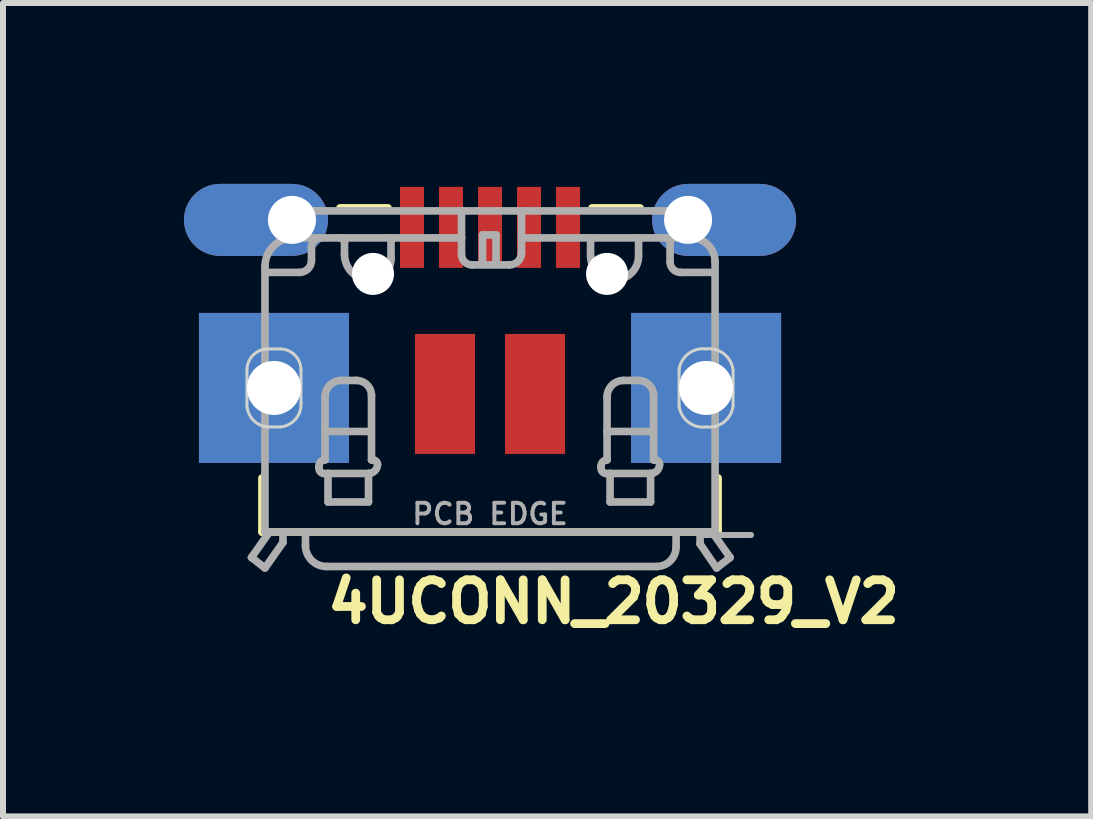
<source format=kicad_pcb>
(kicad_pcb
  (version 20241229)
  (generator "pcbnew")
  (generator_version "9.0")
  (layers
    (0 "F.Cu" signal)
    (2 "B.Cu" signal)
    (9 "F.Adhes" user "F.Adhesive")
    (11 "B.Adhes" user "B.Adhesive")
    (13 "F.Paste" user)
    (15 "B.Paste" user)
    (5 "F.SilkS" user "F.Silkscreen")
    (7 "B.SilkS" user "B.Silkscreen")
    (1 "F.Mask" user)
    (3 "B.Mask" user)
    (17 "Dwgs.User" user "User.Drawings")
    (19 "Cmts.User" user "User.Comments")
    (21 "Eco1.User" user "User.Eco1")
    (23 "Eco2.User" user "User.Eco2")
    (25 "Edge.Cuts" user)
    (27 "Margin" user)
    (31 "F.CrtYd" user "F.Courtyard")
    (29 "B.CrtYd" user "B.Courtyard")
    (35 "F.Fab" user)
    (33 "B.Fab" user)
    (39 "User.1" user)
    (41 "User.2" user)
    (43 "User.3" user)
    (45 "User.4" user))
  (footprint "4UCONN_20329_V2"
    (layer "F.Cu")
    (at 5.115 1.514)
    (property "Reference" "4UCONN_20329_V2" (at -2.778 5.852 0) (layer "F.SilkS") (effects (font (size 0.666 0.666) (thickness 0.146)) (justify left bottom)))
    (fp_poly (pts (xy -1.55 -0.05) (xy -1.05 -0.05) (xy -1.05 -1.5) (xy -1.55 -1.5)) (stroke (width 0) (type solid)) (fill yes) (layer "F.Mask"))
    (fp_poly (pts (xy -0.9 -0.05) (xy -0.4 -0.05) (xy -0.4 -1.5) (xy -0.9 -1.5)) (stroke (width 0) (type solid)) (fill yes) (layer "F.Mask"))
    (fp_poly (pts (xy -0.25 -0.05) (xy 0.25 -0.05) (xy 0.25 -1.5) (xy -0.25 -1.5)) (stroke (width 0) (type solid)) (fill yes) (layer "F.Mask"))
    (fp_poly (pts (xy 0.4 -0.05) (xy 0.9 -0.05) (xy 0.9 -1.5) (xy 0.4 -1.5)) (stroke (width 0) (type solid)) (fill yes) (layer "F.Mask"))
    (fp_poly (pts (xy 1.05 -0.05) (xy 1.55 -0.05) (xy 1.55 -1.5) (xy 1.05 -1.5)) (stroke (width 0) (type solid)) (fill yes) (layer "F.Mask"))
    (fp_line (start -3.8 3.4) (end -3.8 4.3) (stroke (width 0.127) (type solid)) (layer "F.SilkS"))
    (fp_line (start -3.8 4.3) (end 3.8 4.3) (stroke (width 0.127) (type solid)) (layer "F.SilkS"))
    (fp_line (start -2.5 -1.1) (end -1.7 -1.1) (stroke (width 0.127) (type solid)) (layer "F.SilkS"))
    (fp_line (start 1.7 -1.1) (end 2.5 -1.1) (stroke (width 0.127) (type solid)) (layer "F.SilkS"))
    (fp_line (start 3.8 4.3) (end 3.8 3.4) (stroke (width 0.127) (type solid)) (layer "F.SilkS"))
    (fp_poly (pts (xy -4.85 3.15) (xy -2.35 3.15) (xy -2.35 0.65) (xy -4.85 0.65)) (stroke (width 0) (type solid)) (fill yes) (layer "F.Paste"))
    (fp_poly (pts (xy 2.35 3.15) (xy 4.85 3.15) (xy 4.85 0.65) (xy 2.35 0.65)) (stroke (width 0) (type solid)) (fill yes) (layer "F.Paste"))
    (fp_poly (pts (xy -3.186 -1.499) (xy -3.03 -1.442) (xy -2.893 -1.346) (xy -2.786 -1.219) (xy -2.715 -1.067) (xy -2.686 -0.9) (xy -2.715 -0.733) (xy -2.786 -0.581) (xy -2.893 -0.454) (xy -3.03 -0.358) (xy -3.186 -0.301) (xy -3.347 -0.286) (xy -4.457 -0.286) (xy -4.767 -0.355) (xy -4.907 -0.454) (xy -5.014 -0.581) (xy -5.085 -0.733) (xy -5.115 -0.904) (xy -5.017 -1.215) (xy -4.907 -1.346) (xy -4.77 -1.442) (xy -4.614 -1.499) (xy -4.453 -1.514) (xy -3.347 -1.514)) (stroke (width 0) (type solid)) (fill yes) (layer "F.Paste"))
    (fp_poly (pts (xy 4.614 -1.499) (xy 4.77 -1.442) (xy 4.907 -1.346) (xy 5.014 -1.219) (xy 5.085 -1.067) (xy 5.114 -0.9) (xy 5.085 -0.733) (xy 5.014 -0.581) (xy 4.907 -0.454) (xy 4.77 -0.358) (xy 4.614 -0.301) (xy 4.453 -0.286) (xy 3.343 -0.286) (xy 3.033 -0.355) (xy 2.893 -0.454) (xy 2.786 -0.581) (xy 2.715 -0.733) (xy 2.685 -0.904) (xy 2.783 -1.215) (xy 2.893 -1.346) (xy 3.03 -1.442) (xy 3.186 -1.499) (xy 3.347 -1.514) (xy 4.453 -1.514)) (stroke (width 0) (type solid)) (fill yes) (layer "F.Paste"))
    (fp_line (start -4.05 2.15) (end -4.05 1.6) (stroke (width 0.05) (type solid)) (layer "Edge.Cuts"))
    (fp_line (start -3.7 1.25) (end -3.5 1.25) (stroke (width 0.05) (type solid)) (layer "Edge.Cuts"))
    (fp_line (start -3.5 2.55) (end -3.7 2.55) (stroke (width 0.05) (type solid)) (layer "Edge.Cuts"))
    (fp_line (start -3.15 1.6) (end -3.15 2.15) (stroke (width 0.05) (type solid)) (layer "Edge.Cuts"))
    (fp_line (start 3.15 2.2) (end 3.15 1.6) (stroke (width 0.05) (type solid)) (layer "Edge.Cuts"))
    (fp_line (start 4.05 1.6) (end 4.05 2.2) (stroke (width 0.05) (type solid)) (layer "Edge.Cuts"))
    (fp_arc (start -4.05 1.6) (mid -3.947487 1.352513) (end -3.7 1.25) (stroke (width 0.05) (type solid)) (layer "Edge.Cuts"))
    (fp_arc (start -3.7 2.55) (mid -3.957843 2.422487) (end -4.05 2.15) (stroke (width 0.05) (type solid)) (layer "Edge.Cuts"))
    (fp_arc (start -3.5 1.25) (mid -3.252513 1.352513) (end -3.15 1.6) (stroke (width 0.05) (type solid)) (layer "Edge.Cuts"))
    (fp_arc (start -3.15 2.15) (mid -3.242157 2.422487) (end -3.5 2.55) (stroke (width 0.05) (type solid)) (layer "Edge.Cuts"))
    (fp_arc (start 3.15 1.6) (mid 3.302513 1.331802) (end 3.6 1.25) (stroke (width 0.05) (type solid)) (layer "Edge.Cuts"))
    (fp_arc (start 3.6 1.25) (mid 3.897487 1.331802) (end 4.05 1.6) (stroke (width 0.05) (type solid)) (layer "Edge.Cuts"))
    (fp_arc (start 3.6 2.55) (mid 3.302513 2.468198) (end 3.15 2.2) (stroke (width 0.05) (type solid)) (layer "Edge.Cuts"))
    (fp_arc (start 4.05 2.2) (mid 3.897487 2.468198) (end 3.6 2.55) (stroke (width 0.05) (type solid)) (layer "Edge.Cuts"))
    (fp_line (start -3.975 4.725) (end -3.75 4.9) (stroke (width 0.127) (type solid)) (layer "F.Fab"))
    (fp_line (start -3.975 4.725) (end -3.675 4.3) (stroke (width 0.127) (type solid)) (layer "F.Fab"))
    (fp_line (start -3.75 -0.125) (end -3.75 4.3) (stroke (width 0.127) (type solid)) (layer "F.Fab"))
    (fp_line (start -3.75 4.3) (end -3.675 4.3) (stroke (width 0.127) (type solid)) (layer "F.Fab"))
    (fp_line (start -3.75 4.9) (end -3.45 4.475) (stroke (width 0.127) (type solid)) (layer "F.Fab"))
    (fp_line (start -3.725 -0.025) (end -3.175 -0.025) (stroke (width 0.127) (type solid)) (layer "F.Fab"))
    (fp_line (start -3.675 4.3) (end -3.45 4.3) (stroke (width 0.127) (type solid)) (layer "F.Fab"))
    (fp_line (start -3.575 -1.05) (end -0.475 -1.05) (stroke (width 0.127) (type solid)) (layer "F.Fab"))
    (fp_line (start -3.575 -0.75) (end -3.575 -1.05) (stroke (width 0.127) (type solid)) (layer "F.Fab"))
    (fp_line (start -3.45 4.3) (end -3.075 4.3) (stroke (width 0.127) (type solid)) (layer "F.Fab"))
    (fp_line (start -3.45 4.475) (end -3.45 4.3) (stroke (width 0.127) (type solid)) (layer "F.Fab"))
    (fp_line (start -3.425 -0.75) (end -3.575 -0.75) (stroke (width 0.127) (type solid)) (layer "F.Fab"))
    (fp_line (start -3.425 -0.625) (end -3.425 -0.75) (stroke (width 0.127) (type solid)) (layer "F.Fab"))
    (fp_line (start -3.075 4.3) (end -3.075 4.525) (stroke (width 0.127) (type solid)) (layer "F.Fab"))
    (fp_line (start -3.075 4.3) (end 3.1 4.3) (stroke (width 0.127) (type solid)) (layer "F.Fab"))
    (fp_line (start -2.975 -0.225) (end -2.975 -0.45) (stroke (width 0.127) (type solid)) (layer "F.Fab"))
    (fp_line (start -2.85 3.225) (end -2.85 3.2) (stroke (width 0.127) (type solid)) (layer "F.Fab"))
    (fp_line (start -2.825 -0.6) (end -3.275 -0.6) (stroke (width 0.127) (type solid)) (layer "F.Fab"))
    (fp_line (start -2.825 -0.6) (end -2.5 -0.6) (stroke (width 0.127) (type solid)) (layer "F.Fab"))
    (fp_line (start -2.75 2.625) (end -2.75 2.05) (stroke (width 0.127) (type solid)) (layer "F.Fab"))
    (fp_line (start -2.75 2.625) (end -2 2.625) (stroke (width 0.127) (type solid)) (layer "F.Fab"))
    (fp_line (start -2.75 3.1) (end -2.75 2.625) (stroke (width 0.127) (type solid)) (layer "F.Fab"))
    (fp_line (start -2.725 4.875) (end 2.775 4.875) (stroke (width 0.127) (type solid)) (layer "F.Fab"))
    (fp_line (start -2.7 3.325) (end -2.775 3.325) (stroke (width 0.127) (type solid)) (layer "F.Fab"))
    (fp_line (start -2.7 3.325) (end -2 3.325) (stroke (width 0.127) (type solid)) (layer "F.Fab"))
    (fp_line (start -2.7 3.8) (end -2.7 3.325) (stroke (width 0.127) (type solid)) (layer "F.Fab"))
    (fp_line (start -2.475 1.775) (end -2.225 1.775) (stroke (width 0.127) (type solid)) (layer "F.Fab"))
    (fp_line (start -2.425 -0.525) (end -2.425 -0.325) (stroke (width 0.127) (type solid)) (layer "F.Fab"))
    (fp_line (start -2.025 3.325) (end -2.025 3.8) (stroke (width 0.127) (type solid)) (layer "F.Fab"))
    (fp_line (start -2.025 3.8) (end -2.7 3.8) (stroke (width 0.127) (type solid)) (layer "F.Fab"))
    (fp_line (start -1.975 2.025) (end -1.975 3.1) (stroke (width 0.127) (type solid)) (layer "F.Fab"))
    (fp_line (start -1.975 3.1) (end -1.95 3.1) (stroke (width 0.127) (type solid)) (layer "F.Fab"))
    (fp_line (start -1.65 -0.6) (end -2.5 -0.6) (stroke (width 0.127) (type solid)) (layer "F.Fab"))
    (fp_line (start -1.65 -0.25) (end -1.65 -0.6) (stroke (width 0.127) (type solid)) (layer "F.Fab"))
    (fp_line (start -0.475 -1.05) (end 0.525 -1.05) (stroke (width 0.127) (type solid)) (layer "F.Fab"))
    (fp_line (start -0.475 -0.6) (end -1.65 -0.6) (stroke (width 0.127) (type solid)) (layer "F.Fab"))
    (fp_line (start -0.475 -0.6) (end -0.475 -1.05) (stroke (width 0.127) (type solid)) (layer "F.Fab"))
    (fp_line (start -0.475 -0.325) (end -0.475 -0.6) (stroke (width 0.127) (type solid)) (layer "F.Fab"))
    (fp_line (start -0.125 -0.65) (end 0.1 -0.65) (stroke (width 0.127) (type solid)) (layer "F.Fab"))
    (fp_line (start -0.125 -0.175) (end -0.125 -0.65) (stroke (width 0.127) (type solid)) (layer "F.Fab"))
    (fp_line (start 0.1 -0.65) (end 0.1 -0.175) (stroke (width 0.127) (type solid)) (layer "F.Fab"))
    (fp_line (start 0.325 -0.15) (end -0.3 -0.15) (stroke (width 0.127) (type solid)) (layer "F.Fab"))
    (fp_line (start 0.525 -1.05) (end 0.525 -0.6) (stroke (width 0.127) (type solid)) (layer "F.Fab"))
    (fp_line (start 0.525 -1.05) (end 3.6 -1.05) (stroke (width 0.127) (type solid)) (layer "F.Fab"))
    (fp_line (start 0.525 -0.6) (end 0.525 -0.35) (stroke (width 0.127) (type solid)) (layer "F.Fab"))
    (fp_line (start 1.675 -0.6) (end 0.525 -0.6) (stroke (width 0.127) (type solid)) (layer "F.Fab"))
    (fp_line (start 1.675 -0.6) (end 1.675 -0.3) (stroke (width 0.127) (type solid)) (layer "F.Fab"))
    (fp_line (start 1.85 3.225) (end 1.85 3.2) (stroke (width 0.127) (type solid)) (layer "F.Fab"))
    (fp_line (start 1.95 2.625) (end 1.95 2.05) (stroke (width 0.127) (type solid)) (layer "F.Fab"))
    (fp_line (start 1.95 2.625) (end 2.7 2.625) (stroke (width 0.127) (type solid)) (layer "F.Fab"))
    (fp_line (start 1.95 3.1) (end 1.95 2.625) (stroke (width 0.127) (type solid)) (layer "F.Fab"))
    (fp_line (start 2 3.325) (end 1.925 3.325) (stroke (width 0.127) (type solid)) (layer "F.Fab"))
    (fp_line (start 2 3.325) (end 2.7 3.325) (stroke (width 0.127) (type solid)) (layer "F.Fab"))
    (fp_line (start 2 3.8) (end 2 3.325) (stroke (width 0.127) (type solid)) (layer "F.Fab"))
    (fp_line (start 2.225 1.775) (end 2.475 1.775) (stroke (width 0.127) (type solid)) (layer "F.Fab"))
    (fp_line (start 2.475 -0.6) (end 1.675 -0.6) (stroke (width 0.127) (type solid)) (layer "F.Fab"))
    (fp_line (start 2.475 -0.6) (end 2.925 -0.6) (stroke (width 0.127) (type solid)) (layer "F.Fab"))
    (fp_line (start 2.475 -0.3) (end 2.475 -0.6) (stroke (width 0.127) (type solid)) (layer "F.Fab"))
    (fp_line (start 2.675 3.325) (end 2.675 3.8) (stroke (width 0.127) (type solid)) (layer "F.Fab"))
    (fp_line (start 2.675 3.8) (end 2 3.8) (stroke (width 0.127) (type solid)) (layer "F.Fab"))
    (fp_line (start 2.725 2.025) (end 2.725 3.1) (stroke (width 0.127) (type solid)) (layer "F.Fab"))
    (fp_line (start 2.725 3.1) (end 2.75 3.1) (stroke (width 0.127) (type solid)) (layer "F.Fab"))
    (fp_line (start 3 -0.525) (end 3 -0.2) (stroke (width 0.127) (type solid)) (layer "F.Fab"))
    (fp_line (start 3.1 4.3) (end 3.7 4.3) (stroke (width 0.127) (type solid)) (layer "F.Fab"))
    (fp_line (start 3.1 4.55) (end 3.1 4.3) (stroke (width 0.127) (type solid)) (layer "F.Fab"))
    (fp_line (start 3.175 -0.025) (end 3.725 -0.025) (stroke (width 0.127) (type solid)) (layer "F.Fab"))
    (fp_line (start 3.35 -0.775) (end 3.35 -0.6) (stroke (width 0.127) (type solid)) (layer "F.Fab"))
    (fp_line (start 3.35 -0.6) (end 2.925 -0.6) (stroke (width 0.127) (type solid)) (layer "F.Fab"))
    (fp_line (start 3.5 4.35) (end 4.35 4.35) (stroke (width 0.1) (type solid)) (layer "F.Fab"))
    (fp_line (start 3.5 4.5) (end 3.5 4.35) (stroke (width 0.127) (type solid)) (layer "F.Fab"))
    (fp_line (start 3.6 -1.05) (end 3.6 -0.775) (stroke (width 0.127) (type solid)) (layer "F.Fab"))
    (fp_line (start 3.6 -0.775) (end 3.35 -0.775) (stroke (width 0.127) (type solid)) (layer "F.Fab"))
    (fp_line (start 3.7 4.3) (end 3.75 4.3) (stroke (width 0.127) (type solid)) (layer "F.Fab"))
    (fp_line (start 3.7 4.3) (end 4 4.725) (stroke (width 0.127) (type solid)) (layer "F.Fab"))
    (fp_line (start 3.75 4.3) (end 3.75 -0.2) (stroke (width 0.127) (type solid)) (layer "F.Fab"))
    (fp_line (start 3.775 4.9) (end 3.5 4.5) (stroke (width 0.127) (type solid)) (layer "F.Fab"))
    (fp_line (start 4 4.725) (end 3.775 4.9) (stroke (width 0.127) (type solid)) (layer "F.Fab"))
    (fp_arc (start -3.750001 -0.124999) (mid -3.610876 -0.460875) (end -3.275 -0.6) (stroke (width 0.127) (type solid)) (layer "F.Fab"))
    (fp_arc (start -2.975 -0.45) (mid -2.931066 -0.556066) (end -2.825 -0.6) (stroke (width 0.127) (type solid)) (layer "F.Fab"))
    (fp_arc (start -2.975 -0.225) (mid -3.033579 -0.083579) (end -3.175 -0.025) (stroke (width 0.127) (type solid)) (layer "F.Fab"))
    (fp_arc (start -2.85 3.2) (mid -2.820711 3.129289) (end -2.75 3.1) (stroke (width 0.127) (type solid)) (layer "F.Fab"))
    (fp_arc (start -2.775 3.325) (mid -2.833211 3.290533) (end -2.85 3.225) (stroke (width 0.127) (type solid)) (layer "F.Fab"))
    (fp_arc (start -2.75 2.05) (mid -2.669454 1.855546) (end -2.475 1.775) (stroke (width 0.127) (type solid)) (layer "F.Fab"))
    (fp_arc (start -2.725 4.875) (mid -2.972487 4.772487) (end -3.075 4.525) (stroke (width 0.127) (type solid)) (layer "F.Fab"))
    (fp_arc (start -2.5 -0.6) (mid -2.446967 -0.578033) (end -2.425 -0.525) (stroke (width 0.127) (type solid)) (layer "F.Fab"))
    (fp_arc (start -2.225 1.775) (mid -2.048223 1.848223) (end -1.975 2.025) (stroke (width 0.127) (type solid)) (layer "F.Fab"))
    (fp_arc (start -2 0.1) (mid -2.30052 -0.02448) (end -2.425 -0.325) (stroke (width 0.127) (type solid)) (layer "F.Fab"))
    (fp_arc (start -1.95 3.1) (mid -1.896967 3.121967) (end -1.875 3.175) (stroke (width 0.127) (type solid)) (layer "F.Fab"))
    (fp_arc (start -1.875 3.175) (mid -1.918934 3.281066) (end -2.025 3.325) (stroke (width 0.127) (type solid)) (layer "F.Fab"))
    (fp_arc (start -1.65 -0.25) (mid -1.752513 -0.002513) (end -2 0.1) (stroke (width 0.127) (type solid)) (layer "F.Fab"))
    (fp_arc (start -0.3 -0.15) (mid -0.423744 -0.201256) (end -0.475 -0.325) (stroke (width 0.127) (type solid)) (layer "F.Fab"))
    (fp_arc (start 0.525 -0.35) (mid 0.466421 -0.208579) (end 0.325 -0.15) (stroke (width 0.127) (type solid)) (layer "F.Fab"))
    (fp_arc (start 1.85 3.2) (mid 1.879289 3.129289) (end 1.95 3.1) (stroke (width 0.127) (type solid)) (layer "F.Fab"))
    (fp_arc (start 1.925 3.325) (mid 1.866789 3.290533) (end 1.85 3.225) (stroke (width 0.127) (type solid)) (layer "F.Fab"))
    (fp_arc (start 1.95 2.05) (mid 2.030546 1.855546) (end 2.225 1.775) (stroke (width 0.127) (type solid)) (layer "F.Fab"))
    (fp_arc (start 2.075 0.1) (mid 1.792157 -0.017157) (end 1.675 -0.3) (stroke (width 0.127) (type solid)) (layer "F.Fab"))
    (fp_arc (start 2.475 -0.3) (mid 2.357843 -0.017157) (end 2.075 0.1) (stroke (width 0.127) (type solid)) (layer "F.Fab"))
    (fp_arc (start 2.475 1.775) (mid 2.651777 1.848223) (end 2.725 2.025) (stroke (width 0.127) (type solid)) (layer "F.Fab"))
    (fp_arc (start 2.75 3.1) (mid 2.803033 3.121967) (end 2.825 3.175) (stroke (width 0.127) (type solid)) (layer "F.Fab"))
    (fp_arc (start 2.825 3.175) (mid 2.781066 3.281066) (end 2.675 3.325) (stroke (width 0.127) (type solid)) (layer "F.Fab"))
    (fp_arc (start 2.925 -0.6) (mid 2.978033 -0.578033) (end 3 -0.525) (stroke (width 0.127) (type solid)) (layer "F.Fab"))
    (fp_arc (start 3.1 4.55) (mid 3.00481 4.77981) (end 2.775 4.875) (stroke (width 0.127) (type solid)) (layer "F.Fab"))
    (fp_arc (start 3.175 -0.025) (mid 3.051256 -0.076256) (end 3 -0.2) (stroke (width 0.127) (type solid)) (layer "F.Fab"))
    (fp_arc (start 3.349999 -0.599999) (mid 3.632842 -0.482842) (end 3.75 -0.2) (stroke (width 0.127) (type solid)) (layer "F.Fab"))
    (fp_text user "PCB EDGE" (at 0 4 0) (layer "F.Fab") (effects (font (size 0.341 0.341) (thickness 0.065))))
    (pad "" np_thru_hole circle (at -1.95 0) (size 0.7 0.7) (drill 0.7) (layers "*.Cu" "*.Mask"))
    (pad "" np_thru_hole circle (at 1.95 0) (size 0.7 0.7) (drill 0.7) (layers "*.Cu" "*.Mask"))
    (pad "BASE@1" smd rect (at -0.75 2 90) (size 2 1) (layers "F.Cu" "F.Mask" "F.Paste"))
    (pad "BASE@2" smd rect (at 0.75 2 90) (size 2 1) (layers "F.Cu" "F.Mask" "F.Paste"))
    (pad "D+" smd rect (at 0 -0.775) (size 0.4 1.35) (layers "F.Cu" "F.Paste"))
    (pad "D-" smd rect (at -0.65 -0.775) (size 0.4 1.35) (layers "F.Cu" "F.Paste"))
    (pad "GND" smd rect (at 1.3 -0.775) (size 0.4 1.35) (layers "F.Cu" "F.Paste"))
    (pad "ID" smd rect (at 0.65 -0.775) (size 0.4 1.35) (layers "F.Cu" "F.Paste"))
    (pad "SPRT@1" thru_hole oval (at -3.3 -0.9 180) (size 2.4 1.2) (drill 0.8 (offset 0.6 0)) (layers "*.Cu" "*.Mask"))
    (pad "SPRT@2" thru_hole oval (at 3.3 -0.9) (size 2.4 1.2) (drill 0.8 (offset 0.6 0)) (layers "*.Cu" "*.Mask"))
    (pad "SPRT@3" thru_hole rect (at -3.6 1.9 90) (size 2.5 2.5) (drill 0.9) (layers "*.Cu" "*.Mask"))
    (pad "SPRT@4" thru_hole rect (at 3.6 1.9 90) (size 2.5 2.5) (drill 0.9) (layers "*.Cu" "*.Mask"))
    (pad "VBUS" smd rect (at -1.3 -0.775) (size 0.4 1.35) (layers "F.Cu" "F.Paste")))
  (gr_rect
    (start -3 -3)
    (end 15.132 10.553)
    (stroke (width 0.1) (type default))
    (fill no)
    (layer "Edge.Cuts")))
</source>
